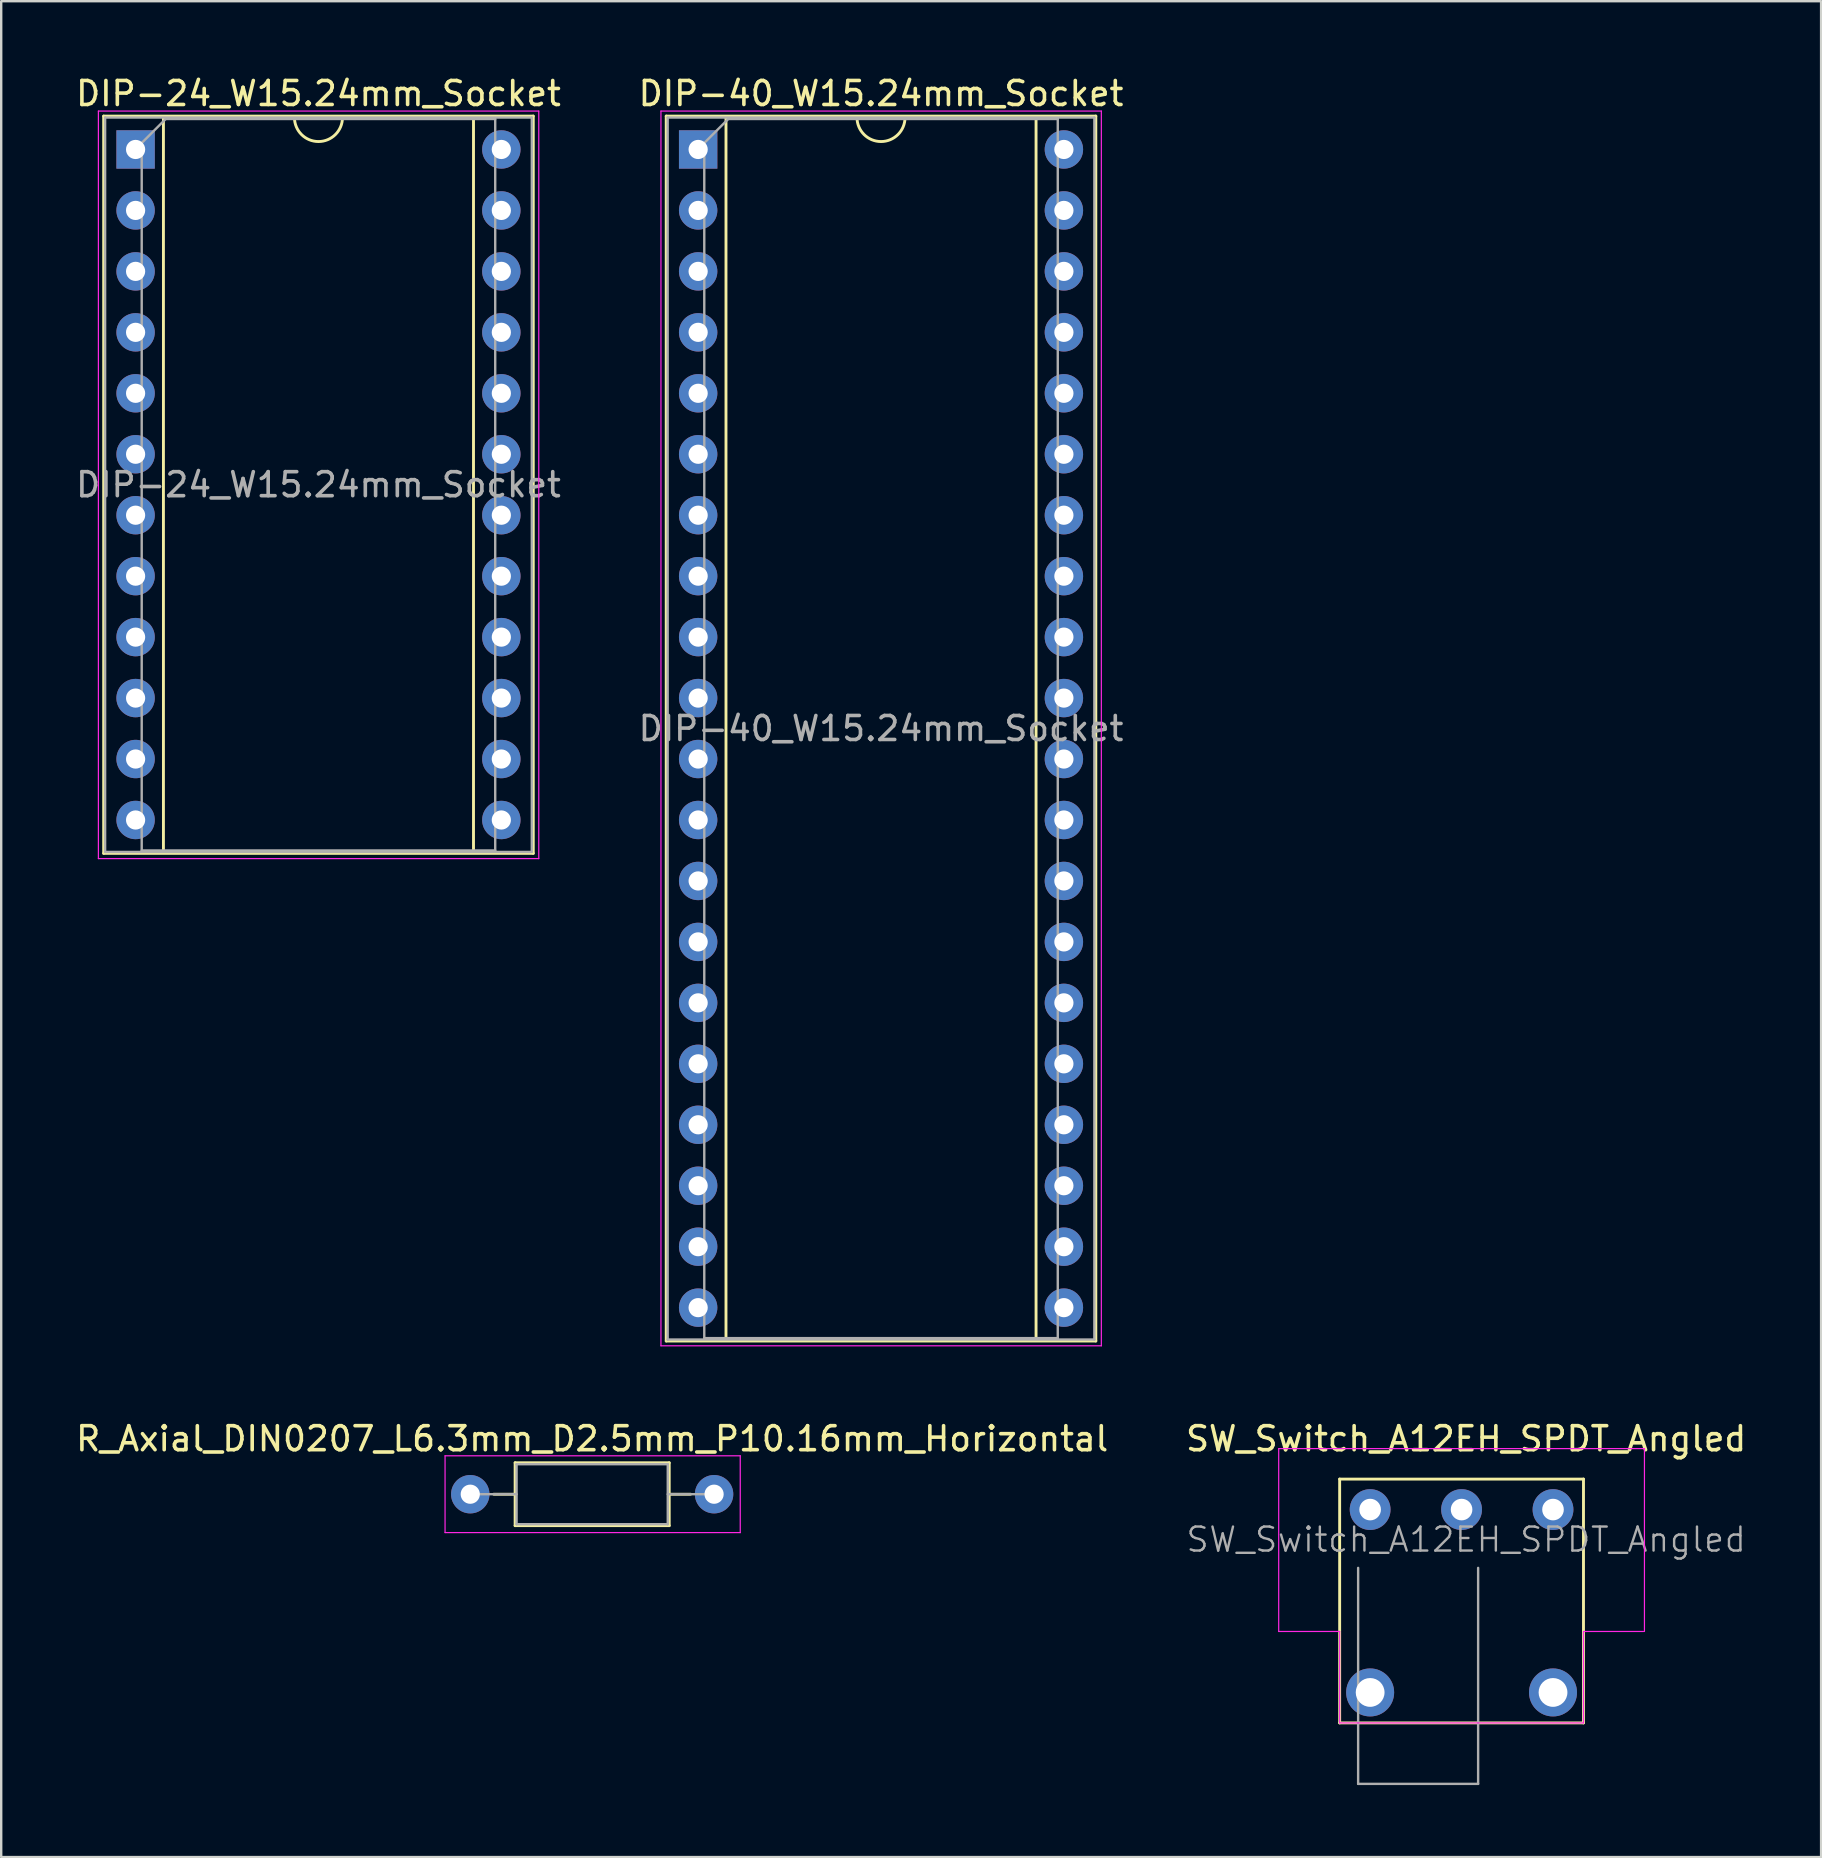
<source format=kicad_pcb>
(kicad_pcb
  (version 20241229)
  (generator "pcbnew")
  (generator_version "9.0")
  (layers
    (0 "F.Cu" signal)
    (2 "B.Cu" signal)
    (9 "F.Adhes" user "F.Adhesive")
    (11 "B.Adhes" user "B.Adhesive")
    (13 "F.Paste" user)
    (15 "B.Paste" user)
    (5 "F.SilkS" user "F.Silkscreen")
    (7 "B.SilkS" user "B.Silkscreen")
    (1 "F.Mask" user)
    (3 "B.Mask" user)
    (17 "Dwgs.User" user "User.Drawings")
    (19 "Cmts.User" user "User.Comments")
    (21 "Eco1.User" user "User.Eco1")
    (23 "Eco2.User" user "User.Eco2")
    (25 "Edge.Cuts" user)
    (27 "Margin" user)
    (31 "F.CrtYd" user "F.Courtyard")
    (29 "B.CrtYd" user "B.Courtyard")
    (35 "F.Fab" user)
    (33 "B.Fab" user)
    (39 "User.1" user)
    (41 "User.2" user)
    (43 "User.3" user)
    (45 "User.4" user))
  (footprint "SW_Switch_A12EH_SPDT_Angled"
    (layer "F.Cu")
    (at 54.042 59.852)
    (property "Reference" "SW_Switch_A12EH_SPDT_Angled" (at 4 -2.95 0) (layer "F.SilkS") (effects (font (size 1 1) (thickness 0.15))))
    (attr through_hole)
    (fp_line (start -1.27 -1.27) (end 8.89 -1.27) (stroke (width 0.12) (type solid)) (layer "F.SilkS"))
    (fp_line (start -1.27 8.89) (end -1.27 -1.27) (stroke (width 0.12) (type solid)) (layer "F.SilkS"))
    (fp_line (start 8.89 -1.27) (end 8.89 8.89) (stroke (width 0.12) (type solid)) (layer "F.SilkS"))
    (fp_line (start 8.89 8.89) (end -1.27 8.89) (stroke (width 0.12) (type solid)) (layer "F.SilkS"))
    (fp_line (start -3.81 -2.54) (end 11.43 -2.54) (stroke (width 0.05) (type solid)) (layer "F.CrtYd"))
    (fp_line (start -3.81 5.08) (end -3.81 -2.54) (stroke (width 0.05) (type solid)) (layer "F.CrtYd"))
    (fp_line (start -1.27 5.08) (end -3.81 5.08) (stroke (width 0.05) (type solid)) (layer "F.CrtYd"))
    (fp_line (start -1.27 8.89) (end -1.27 5.08) (stroke (width 0.05) (type solid)) (layer "F.CrtYd"))
    (fp_line (start 8.89 5.08) (end 8.89 8.89) (stroke (width 0.05) (type solid)) (layer "F.CrtYd"))
    (fp_line (start 8.89 8.89) (end -1.27 8.89) (stroke (width 0.05) (type solid)) (layer "F.CrtYd"))
    (fp_line (start 11.39 5.08) (end 8.89 5.08) (stroke (width 0.05) (type solid)) (layer "F.CrtYd"))
    (fp_line (start 11.43 -2.54) (end 11.43 5.08) (stroke (width 0.05) (type solid)) (layer "F.CrtYd"))
    (fp_line (start -0.5 11.43) (end -0.5 2.43) (stroke (width 0.1) (type solid)) (layer "F.Fab"))
    (fp_line (start 4.5 2.43) (end 4.5 11.43) (stroke (width 0.1) (type solid)) (layer "F.Fab"))
    (fp_line (start 4.5 11.43) (end -0.5 11.43) (stroke (width 0.1) (type solid)) (layer "F.Fab"))
    (fp_text user "${REFERENCE}" (at 4 1.25 0) (layer "F.Fab") (effects (font (size 1 1) (thickness 0.1))))
    (pad "" thru_hole circle (at 0 7.62) (size 2 2) (drill 1.2) (layers "*.Cu" "*.Mask"))
    (pad "" thru_hole circle (at 7.62 7.62) (size 2 2) (drill 1.2) (layers "*.Cu" "*.Mask"))
    (pad "1" thru_hole circle (at 0 0) (size 1.7 1.7) (drill 0.9) (layers "*.Cu" "*.Mask"))
    (pad "2" thru_hole circle (at 3.81 0) (size 1.7 1.7) (drill 0.9) (layers "*.Cu" "*.Mask"))
    (pad "3" thru_hole circle (at 7.62 0) (size 1.7 1.7) (drill 0.9) (layers "*.Cu" "*.Mask")))
  (footprint "DIP-40_W15.24mm_Socket"
    (layer "F.Cu")
    (at 26.041 3.178)
    (property "Reference" "DIP-40_W15.24mm_Socket" (at 7.62 -2.33 0) (layer "F.SilkS") (effects (font (size 1 1) (thickness 0.15))))
    (attr through_hole)
    (fp_line (start -1.33 -1.39) (end -1.33 49.65) (stroke (width 0.12) (type solid)) (layer "F.SilkS"))
    (fp_line (start -1.33 49.65) (end 16.57 49.65) (stroke (width 0.12) (type solid)) (layer "F.SilkS"))
    (fp_line (start 1.16 -1.33) (end 1.16 49.59) (stroke (width 0.12) (type solid)) (layer "F.SilkS"))
    (fp_line (start 1.16 49.59) (end 14.08 49.59) (stroke (width 0.12) (type solid)) (layer "F.SilkS"))
    (fp_line (start 6.62 -1.33) (end 1.16 -1.33) (stroke (width 0.12) (type solid)) (layer "F.SilkS"))
    (fp_line (start 14.08 -1.33) (end 8.62 -1.33) (stroke (width 0.12) (type solid)) (layer "F.SilkS"))
    (fp_line (start 14.08 49.59) (end 14.08 -1.33) (stroke (width 0.12) (type solid)) (layer "F.SilkS"))
    (fp_line (start 16.57 -1.39) (end -1.33 -1.39) (stroke (width 0.12) (type solid)) (layer "F.SilkS"))
    (fp_line (start 16.57 49.65) (end 16.57 -1.39) (stroke (width 0.12) (type solid)) (layer "F.SilkS"))
    (fp_arc (start 8.62 -1.33) (mid 7.62 -0.33) (end 6.62 -1.33) (stroke (width 0.12) (type solid)) (layer "F.SilkS"))
    (fp_line (start -1.55 -1.6) (end -1.55 49.85) (stroke (width 0.05) (type solid)) (layer "F.CrtYd"))
    (fp_line (start -1.55 49.85) (end 16.8 49.85) (stroke (width 0.05) (type solid)) (layer "F.CrtYd"))
    (fp_line (start 16.8 -1.6) (end -1.55 -1.6) (stroke (width 0.05) (type solid)) (layer "F.CrtYd"))
    (fp_line (start 16.8 49.85) (end 16.8 -1.6) (stroke (width 0.05) (type solid)) (layer "F.CrtYd"))
    (fp_line (start -1.27 -1.33) (end -1.27 49.59) (stroke (width 0.1) (type solid)) (layer "F.Fab"))
    (fp_line (start -1.27 49.59) (end 16.51 49.59) (stroke (width 0.1) (type solid)) (layer "F.Fab"))
    (fp_line (start 0.255 -0.27) (end 1.255 -1.27) (stroke (width 0.1) (type solid)) (layer "F.Fab"))
    (fp_line (start 0.255 49.53) (end 0.255 -0.27) (stroke (width 0.1) (type solid)) (layer "F.Fab"))
    (fp_line (start 1.255 -1.27) (end 14.985 -1.27) (stroke (width 0.1) (type solid)) (layer "F.Fab"))
    (fp_line (start 14.985 -1.27) (end 14.985 49.53) (stroke (width 0.1) (type solid)) (layer "F.Fab"))
    (fp_line (start 14.985 49.53) (end 0.255 49.53) (stroke (width 0.1) (type solid)) (layer "F.Fab"))
    (fp_line (start 16.51 -1.33) (end -1.27 -1.33) (stroke (width 0.1) (type solid)) (layer "F.Fab"))
    (fp_line (start 16.51 49.59) (end 16.51 -1.33) (stroke (width 0.1) (type solid)) (layer "F.Fab"))
    (fp_text user "${REFERENCE}" (at 7.62 24.13 0) (layer "F.Fab") (effects (font (size 1 1) (thickness 0.15))))
    (pad "1" thru_hole rect (at 0 0) (size 1.6 1.6) (drill 0.8) (layers "*.Cu" "*.Mask"))
    (pad "2" thru_hole oval (at 0 2.54) (size 1.6 1.6) (drill 0.8) (layers "*.Cu" "*.Mask"))
    (pad "3" thru_hole oval (at 0 5.08) (size 1.6 1.6) (drill 0.8) (layers "*.Cu" "*.Mask"))
    (pad "4" thru_hole oval (at 0 7.62) (size 1.6 1.6) (drill 0.8) (layers "*.Cu" "*.Mask"))
    (pad "5" thru_hole oval (at 0 10.16) (size 1.6 1.6) (drill 0.8) (layers "*.Cu" "*.Mask"))
    (pad "6" thru_hole oval (at 0 12.7) (size 1.6 1.6) (drill 0.8) (layers "*.Cu" "*.Mask"))
    (pad "7" thru_hole oval (at 0 15.24) (size 1.6 1.6) (drill 0.8) (layers "*.Cu" "*.Mask"))
    (pad "8" thru_hole oval (at 0 17.78) (size 1.6 1.6) (drill 0.8) (layers "*.Cu" "*.Mask"))
    (pad "9" thru_hole oval (at 0 20.32) (size 1.6 1.6) (drill 0.8) (layers "*.Cu" "*.Mask"))
    (pad "10" thru_hole oval (at 0 22.86) (size 1.6 1.6) (drill 0.8) (layers "*.Cu" "*.Mask"))
    (pad "11" thru_hole oval (at 0 25.4) (size 1.6 1.6) (drill 0.8) (layers "*.Cu" "*.Mask"))
    (pad "12" thru_hole oval (at 0 27.94) (size 1.6 1.6) (drill 0.8) (layers "*.Cu" "*.Mask"))
    (pad "13" thru_hole oval (at 0 30.48) (size 1.6 1.6) (drill 0.8) (layers "*.Cu" "*.Mask"))
    (pad "14" thru_hole oval (at 0 33.02) (size 1.6 1.6) (drill 0.8) (layers "*.Cu" "*.Mask"))
    (pad "15" thru_hole oval (at 0 35.56) (size 1.6 1.6) (drill 0.8) (layers "*.Cu" "*.Mask"))
    (pad "16" thru_hole oval (at 0 38.1) (size 1.6 1.6) (drill 0.8) (layers "*.Cu" "*.Mask"))
    (pad "17" thru_hole oval (at 0 40.64) (size 1.6 1.6) (drill 0.8) (layers "*.Cu" "*.Mask"))
    (pad "18" thru_hole oval (at 0 43.18) (size 1.6 1.6) (drill 0.8) (layers "*.Cu" "*.Mask"))
    (pad "19" thru_hole oval (at 0 45.72) (size 1.6 1.6) (drill 0.8) (layers "*.Cu" "*.Mask"))
    (pad "20" thru_hole oval (at 0 48.26) (size 1.6 1.6) (drill 0.8) (layers "*.Cu" "*.Mask"))
    (pad "21" thru_hole oval (at 15.24 48.26) (size 1.6 1.6) (drill 0.8) (layers "*.Cu" "*.Mask"))
    (pad "22" thru_hole oval (at 15.24 45.72) (size 1.6 1.6) (drill 0.8) (layers "*.Cu" "*.Mask"))
    (pad "23" thru_hole oval (at 15.24 43.18) (size 1.6 1.6) (drill 0.8) (layers "*.Cu" "*.Mask"))
    (pad "24" thru_hole oval (at 15.24 40.64) (size 1.6 1.6) (drill 0.8) (layers "*.Cu" "*.Mask"))
    (pad "25" thru_hole oval (at 15.24 38.1) (size 1.6 1.6) (drill 0.8) (layers "*.Cu" "*.Mask"))
    (pad "26" thru_hole oval (at 15.24 35.56) (size 1.6 1.6) (drill 0.8) (layers "*.Cu" "*.Mask"))
    (pad "27" thru_hole oval (at 15.24 33.02) (size 1.6 1.6) (drill 0.8) (layers "*.Cu" "*.Mask"))
    (pad "28" thru_hole oval (at 15.24 30.48) (size 1.6 1.6) (drill 0.8) (layers "*.Cu" "*.Mask"))
    (pad "29" thru_hole oval (at 15.24 27.94) (size 1.6 1.6) (drill 0.8) (layers "*.Cu" "*.Mask"))
    (pad "30" thru_hole oval (at 15.24 25.4) (size 1.6 1.6) (drill 0.8) (layers "*.Cu" "*.Mask"))
    (pad "31" thru_hole oval (at 15.24 22.86) (size 1.6 1.6) (drill 0.8) (layers "*.Cu" "*.Mask"))
    (pad "32" thru_hole oval (at 15.24 20.32) (size 1.6 1.6) (drill 0.8) (layers "*.Cu" "*.Mask"))
    (pad "33" thru_hole oval (at 15.24 17.78) (size 1.6 1.6) (drill 0.8) (layers "*.Cu" "*.Mask"))
    (pad "34" thru_hole oval (at 15.24 15.24) (size 1.6 1.6) (drill 0.8) (layers "*.Cu" "*.Mask"))
    (pad "35" thru_hole oval (at 15.24 12.7) (size 1.6 1.6) (drill 0.8) (layers "*.Cu" "*.Mask"))
    (pad "36" thru_hole oval (at 15.24 10.16) (size 1.6 1.6) (drill 0.8) (layers "*.Cu" "*.Mask"))
    (pad "37" thru_hole oval (at 15.24 7.62) (size 1.6 1.6) (drill 0.8) (layers "*.Cu" "*.Mask"))
    (pad "38" thru_hole oval (at 15.24 5.08) (size 1.6 1.6) (drill 0.8) (layers "*.Cu" "*.Mask"))
    (pad "39" thru_hole oval (at 15.24 2.54) (size 1.6 1.6) (drill 0.8) (layers "*.Cu" "*.Mask"))
    (pad "40" thru_hole oval (at 15.24 0) (size 1.6 1.6) (drill 0.8) (layers "*.Cu" "*.Mask")))
  (footprint "DIP-24_W15.24mm_Socket"
    (layer "F.Cu")
    (at 2.6 3.178)
    (property "Reference" "DIP-24_W15.24mm_Socket" (at 7.62 -2.33 0) (layer "F.SilkS") (effects (font (size 1 1) (thickness 0.15))))
    (attr through_hole)
    (fp_line (start -1.33 -1.39) (end -1.33 29.33) (stroke (width 0.12) (type solid)) (layer "F.SilkS"))
    (fp_line (start -1.33 29.33) (end 16.57 29.33) (stroke (width 0.12) (type solid)) (layer "F.SilkS"))
    (fp_line (start 1.16 -1.33) (end 1.16 29.27) (stroke (width 0.12) (type solid)) (layer "F.SilkS"))
    (fp_line (start 1.16 29.27) (end 14.08 29.27) (stroke (width 0.12) (type solid)) (layer "F.SilkS"))
    (fp_line (start 6.62 -1.33) (end 1.16 -1.33) (stroke (width 0.12) (type solid)) (layer "F.SilkS"))
    (fp_line (start 14.08 -1.33) (end 8.62 -1.33) (stroke (width 0.12) (type solid)) (layer "F.SilkS"))
    (fp_line (start 14.08 29.27) (end 14.08 -1.33) (stroke (width 0.12) (type solid)) (layer "F.SilkS"))
    (fp_line (start 16.57 -1.39) (end -1.33 -1.39) (stroke (width 0.12) (type solid)) (layer "F.SilkS"))
    (fp_line (start 16.57 29.33) (end 16.57 -1.39) (stroke (width 0.12) (type solid)) (layer "F.SilkS"))
    (fp_arc (start 8.62 -1.33) (mid 7.62 -0.33) (end 6.62 -1.33) (stroke (width 0.12) (type solid)) (layer "F.SilkS"))
    (fp_line (start -1.55 -1.6) (end -1.55 29.55) (stroke (width 0.05) (type solid)) (layer "F.CrtYd"))
    (fp_line (start -1.55 29.55) (end 16.8 29.55) (stroke (width 0.05) (type solid)) (layer "F.CrtYd"))
    (fp_line (start 16.8 -1.6) (end -1.55 -1.6) (stroke (width 0.05) (type solid)) (layer "F.CrtYd"))
    (fp_line (start 16.8 29.55) (end 16.8 -1.6) (stroke (width 0.05) (type solid)) (layer "F.CrtYd"))
    (fp_line (start -1.27 -1.33) (end -1.27 29.27) (stroke (width 0.1) (type solid)) (layer "F.Fab"))
    (fp_line (start -1.27 29.27) (end 16.51 29.27) (stroke (width 0.1) (type solid)) (layer "F.Fab"))
    (fp_line (start 0.255 -0.27) (end 1.255 -1.27) (stroke (width 0.1) (type solid)) (layer "F.Fab"))
    (fp_line (start 0.255 29.21) (end 0.255 -0.27) (stroke (width 0.1) (type solid)) (layer "F.Fab"))
    (fp_line (start 1.255 -1.27) (end 14.985 -1.27) (stroke (width 0.1) (type solid)) (layer "F.Fab"))
    (fp_line (start 14.985 -1.27) (end 14.985 29.21) (stroke (width 0.1) (type solid)) (layer "F.Fab"))
    (fp_line (start 14.985 29.21) (end 0.255 29.21) (stroke (width 0.1) (type solid)) (layer "F.Fab"))
    (fp_line (start 16.51 -1.33) (end -1.27 -1.33) (stroke (width 0.1) (type solid)) (layer "F.Fab"))
    (fp_line (start 16.51 29.27) (end 16.51 -1.33) (stroke (width 0.1) (type solid)) (layer "F.Fab"))
    (fp_text user "${REFERENCE}" (at 7.62 13.97 0) (layer "F.Fab") (effects (font (size 1 1) (thickness 0.15))))
    (pad "1" thru_hole rect (at 0 0) (size 1.6 1.6) (drill 0.8) (layers "*.Cu" "*.Mask"))
    (pad "2" thru_hole oval (at 0 2.54) (size 1.6 1.6) (drill 0.8) (layers "*.Cu" "*.Mask"))
    (pad "3" thru_hole oval (at 0 5.08) (size 1.6 1.6) (drill 0.8) (layers "*.Cu" "*.Mask"))
    (pad "4" thru_hole oval (at 0 7.62) (size 1.6 1.6) (drill 0.8) (layers "*.Cu" "*.Mask"))
    (pad "5" thru_hole oval (at 0 10.16) (size 1.6 1.6) (drill 0.8) (layers "*.Cu" "*.Mask"))
    (pad "6" thru_hole oval (at 0 12.7) (size 1.6 1.6) (drill 0.8) (layers "*.Cu" "*.Mask"))
    (pad "7" thru_hole oval (at 0 15.24) (size 1.6 1.6) (drill 0.8) (layers "*.Cu" "*.Mask"))
    (pad "8" thru_hole oval (at 0 17.78) (size 1.6 1.6) (drill 0.8) (layers "*.Cu" "*.Mask"))
    (pad "9" thru_hole oval (at 0 20.32) (size 1.6 1.6) (drill 0.8) (layers "*.Cu" "*.Mask"))
    (pad "10" thru_hole oval (at 0 22.86) (size 1.6 1.6) (drill 0.8) (layers "*.Cu" "*.Mask"))
    (pad "11" thru_hole oval (at 0 25.4) (size 1.6 1.6) (drill 0.8) (layers "*.Cu" "*.Mask"))
    (pad "12" thru_hole oval (at 0 27.94) (size 1.6 1.6) (drill 0.8) (layers "*.Cu" "*.Mask"))
    (pad "13" thru_hole oval (at 15.24 27.94) (size 1.6 1.6) (drill 0.8) (layers "*.Cu" "*.Mask"))
    (pad "14" thru_hole oval (at 15.24 25.4) (size 1.6 1.6) (drill 0.8) (layers "*.Cu" "*.Mask"))
    (pad "15" thru_hole oval (at 15.24 22.86) (size 1.6 1.6) (drill 0.8) (layers "*.Cu" "*.Mask"))
    (pad "16" thru_hole oval (at 15.24 20.32) (size 1.6 1.6) (drill 0.8) (layers "*.Cu" "*.Mask"))
    (pad "17" thru_hole oval (at 15.24 17.78) (size 1.6 1.6) (drill 0.8) (layers "*.Cu" "*.Mask"))
    (pad "18" thru_hole oval (at 15.24 15.24) (size 1.6 1.6) (drill 0.8) (layers "*.Cu" "*.Mask"))
    (pad "19" thru_hole oval (at 15.24 12.7) (size 1.6 1.6) (drill 0.8) (layers "*.Cu" "*.Mask"))
    (pad "20" thru_hole oval (at 15.24 10.16) (size 1.6 1.6) (drill 0.8) (layers "*.Cu" "*.Mask"))
    (pad "21" thru_hole oval (at 15.24 7.62) (size 1.6 1.6) (drill 0.8) (layers "*.Cu" "*.Mask"))
    (pad "22" thru_hole oval (at 15.24 5.08) (size 1.6 1.6) (drill 0.8) (layers "*.Cu" "*.Mask"))
    (pad "23" thru_hole oval (at 15.24 2.54) (size 1.6 1.6) (drill 0.8) (layers "*.Cu" "*.Mask"))
    (pad "24" thru_hole oval (at 15.24 0) (size 1.6 1.6) (drill 0.8) (layers "*.Cu" "*.Mask")))
  (footprint "R_Axial_DIN0207_L6.3mm_D2.5mm_P10.16mm_Horizontal"
    (layer "F.Cu")
    (at 16.545 59.212)
    (property "Reference" "R_Axial_DIN0207_L6.3mm_D2.5mm_P10.16mm_Horizontal" (at 5.08 -2.31 0) (layer "F.SilkS") (effects (font (size 1 1) (thickness 0.15))))
    (attr through_hole)
    (fp_line (start 0.98 0) (end 1.87 0) (stroke (width 0.12) (type solid)) (layer "F.SilkS"))
    (fp_line (start 1.87 -1.31) (end 1.87 1.31) (stroke (width 0.12) (type solid)) (layer "F.SilkS"))
    (fp_line (start 1.87 1.31) (end 8.29 1.31) (stroke (width 0.12) (type solid)) (layer "F.SilkS"))
    (fp_line (start 8.29 -1.31) (end 1.87 -1.31) (stroke (width 0.12) (type solid)) (layer "F.SilkS"))
    (fp_line (start 8.29 1.31) (end 8.29 -1.31) (stroke (width 0.12) (type solid)) (layer "F.SilkS"))
    (fp_line (start 9.18 0) (end 8.29 0) (stroke (width 0.12) (type solid)) (layer "F.SilkS"))
    (fp_line (start -1.05 -1.6) (end -1.05 1.6) (stroke (width 0.05) (type solid)) (layer "F.CrtYd"))
    (fp_line (start -1.05 1.6) (end 11.25 1.6) (stroke (width 0.05) (type solid)) (layer "F.CrtYd"))
    (fp_line (start 11.25 -1.6) (end -1.05 -1.6) (stroke (width 0.05) (type solid)) (layer "F.CrtYd"))
    (fp_line (start 11.25 1.6) (end 11.25 -1.6) (stroke (width 0.05) (type solid)) (layer "F.CrtYd"))
    (fp_line (start 0 0) (end 1.93 0) (stroke (width 0.1) (type solid)) (layer "F.Fab"))
    (fp_line (start 1.93 -1.25) (end 1.93 1.25) (stroke (width 0.1) (type solid)) (layer "F.Fab"))
    (fp_line (start 1.93 1.25) (end 8.23 1.25) (stroke (width 0.1) (type solid)) (layer "F.Fab"))
    (fp_line (start 8.23 -1.25) (end 1.93 -1.25) (stroke (width 0.1) (type solid)) (layer "F.Fab"))
    (fp_line (start 8.23 1.25) (end 8.23 -1.25) (stroke (width 0.1) (type solid)) (layer "F.Fab"))
    (fp_line (start 10.16 0) (end 8.23 0) (stroke (width 0.1) (type solid)) (layer "F.Fab"))
    (pad "1" thru_hole circle (at 0 0) (size 1.6 1.6) (drill 0.8) (layers "*.Cu" "*.Mask"))
    (pad "2" thru_hole oval (at 10.16 0) (size 1.6 1.6) (drill 0.8) (layers "*.Cu" "*.Mask")))
  (gr_rect
    (start -3 -3)
    (end 72.833 74.332)
    (stroke (width 0.1) (type default))
    (fill no)
    (layer "Edge.Cuts")))
</source>
